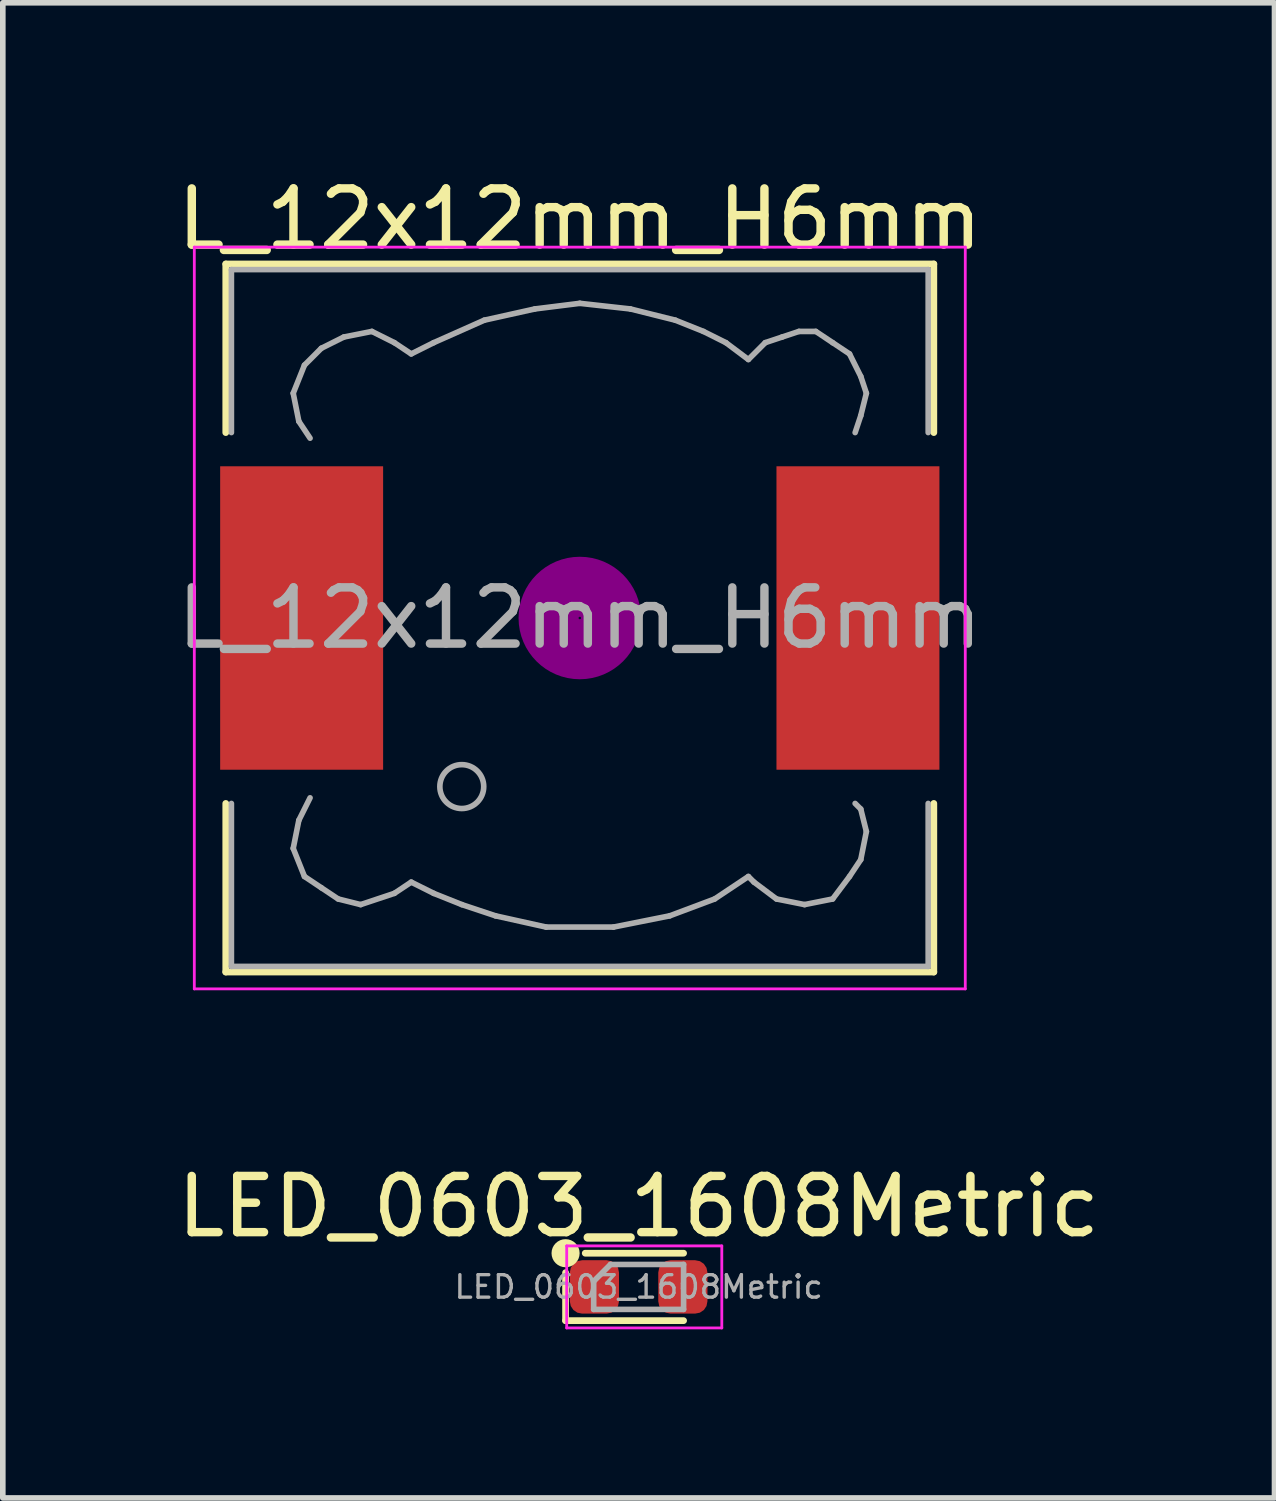
<source format=kicad_pcb>
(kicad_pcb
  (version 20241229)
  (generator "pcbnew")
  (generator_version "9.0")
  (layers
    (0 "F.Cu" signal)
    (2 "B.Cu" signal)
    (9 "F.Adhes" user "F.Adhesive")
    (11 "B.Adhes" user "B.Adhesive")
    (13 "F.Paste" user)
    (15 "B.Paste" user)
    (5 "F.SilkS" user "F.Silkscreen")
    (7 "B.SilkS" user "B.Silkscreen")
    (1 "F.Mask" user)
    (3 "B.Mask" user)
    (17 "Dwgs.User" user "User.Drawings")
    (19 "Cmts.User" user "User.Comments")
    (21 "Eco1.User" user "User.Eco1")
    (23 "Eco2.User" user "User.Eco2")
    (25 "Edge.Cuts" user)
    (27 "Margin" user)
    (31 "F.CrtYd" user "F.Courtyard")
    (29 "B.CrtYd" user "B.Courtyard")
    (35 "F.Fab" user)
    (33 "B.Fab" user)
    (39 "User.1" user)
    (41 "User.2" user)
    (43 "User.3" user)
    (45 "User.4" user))
  (footprint "L_12x12mm_H6mm"
    (layer "F.Cu")
    (at 7.268 7.948)
    (property "Reference" "L_12x12mm_H6mm" (at 0 -7.1 0) (layer "F.SilkS") (effects (font (size 1 1) (thickness 0.15))))
    (attr smd)
    (fp_line (start -6.3 -6.3) (end 6.3 -6.3) (stroke (width 0.12) (type solid)) (layer "F.SilkS"))
    (fp_line (start -6.3 -3.3) (end -6.3 -6.3) (stroke (width 0.12) (type solid)) (layer "F.SilkS"))
    (fp_line (start -6.3 6.3) (end -6.3 3.3) (stroke (width 0.12) (type solid)) (layer "F.SilkS"))
    (fp_line (start 6.3 -6.3) (end 6.3 -3.3) (stroke (width 0.12) (type solid)) (layer "F.SilkS"))
    (fp_line (start 6.3 3.3) (end 6.3 6.3) (stroke (width 0.12) (type solid)) (layer "F.SilkS"))
    (fp_line (start 6.3 6.3) (end -6.3 6.3) (stroke (width 0.12) (type solid)) (layer "F.SilkS"))
    (fp_circle (center 0 0) (end 0.15 0.15) (stroke (width 0.38) (type solid)) (fill no) (layer "F.Adhes"))
    (fp_circle (center 0 0) (end 0.55 0) (stroke (width 0.38) (type solid)) (fill no) (layer "F.Adhes"))
    (fp_circle (center 0 0) (end 0.9 0) (stroke (width 0.38) (type solid)) (fill no) (layer "F.Adhes"))
    (fp_line (start -6.86 -6.6) (end 6.86 -6.6) (stroke (width 0.05) (type solid)) (layer "F.CrtYd"))
    (fp_line (start -6.86 6.6) (end -6.86 -6.6) (stroke (width 0.05) (type solid)) (layer "F.CrtYd"))
    (fp_line (start 6.86 -6.6) (end 6.86 6.6) (stroke (width 0.05) (type solid)) (layer "F.CrtYd"))
    (fp_line (start 6.86 6.6) (end -6.86 6.6) (stroke (width 0.05) (type solid)) (layer "F.CrtYd"))
    (fp_line (start -6.2 -6.2) (end -6.2 -3.3) (stroke (width 0.1) (type solid)) (layer "F.Fab"))
    (fp_line (start -6.2 3.3) (end -6.2 6.2) (stroke (width 0.1) (type solid)) (layer "F.Fab"))
    (fp_line (start -6.2 6.2) (end 6.2 6.2) (stroke (width 0.1) (type solid)) (layer "F.Fab"))
    (fp_line (start -5.1 -4) (end -5 -3.5) (stroke (width 0.1) (type solid)) (layer "F.Fab"))
    (fp_line (start -5.1 4.1) (end -5 3.6) (stroke (width 0.1) (type solid)) (layer "F.Fab"))
    (fp_line (start -5 -3.5) (end -4.8 -3.2) (stroke (width 0.1) (type solid)) (layer "F.Fab"))
    (fp_line (start -5 3.6) (end -4.8 3.2) (stroke (width 0.1) (type solid)) (layer "F.Fab"))
    (fp_line (start -4.9 -4.5) (end -5.1 -4) (stroke (width 0.1) (type solid)) (layer "F.Fab"))
    (fp_line (start -4.9 4.6) (end -5.1 4.1) (stroke (width 0.1) (type solid)) (layer "F.Fab"))
    (fp_line (start -4.6 -4.8) (end -4.9 -4.5) (stroke (width 0.1) (type solid)) (layer "F.Fab"))
    (fp_line (start -4.6 4.8) (end -4.9 4.6) (stroke (width 0.1) (type solid)) (layer "F.Fab"))
    (fp_line (start -4.3 5) (end -4.6 4.8) (stroke (width 0.1) (type solid)) (layer "F.Fab"))
    (fp_line (start -4.2 -5) (end -4.6 -4.8) (stroke (width 0.1) (type solid)) (layer "F.Fab"))
    (fp_line (start -3.9 5.1) (end -4.3 5) (stroke (width 0.1) (type solid)) (layer "F.Fab"))
    (fp_line (start -3.7 -5.1) (end -4.2 -5) (stroke (width 0.1) (type solid)) (layer "F.Fab"))
    (fp_line (start -3.3 -4.9) (end -3.7 -5.1) (stroke (width 0.1) (type solid)) (layer "F.Fab"))
    (fp_line (start -3.3 4.9) (end -3.9 5.1) (stroke (width 0.1) (type solid)) (layer "F.Fab"))
    (fp_line (start -3 -4.7) (end -3.3 -4.9) (stroke (width 0.1) (type solid)) (layer "F.Fab"))
    (fp_line (start -3 4.7) (end -3.3 4.9) (stroke (width 0.1) (type solid)) (layer "F.Fab"))
    (fp_line (start -2.6 -4.9) (end -3 -4.7) (stroke (width 0.1) (type solid)) (layer "F.Fab"))
    (fp_line (start -2.6 4.9) (end -3 4.7) (stroke (width 0.1) (type solid)) (layer "F.Fab"))
    (fp_line (start -2.1 5.1) (end -2.6 4.9) (stroke (width 0.1) (type solid)) (layer "F.Fab"))
    (fp_line (start -1.7 -5.3) (end -2.6 -4.9) (stroke (width 0.1) (type solid)) (layer "F.Fab"))
    (fp_line (start -1.5 5.3) (end -2.1 5.1) (stroke (width 0.1) (type solid)) (layer "F.Fab"))
    (fp_line (start -0.8 -5.5) (end -1.7 -5.3) (stroke (width 0.1) (type solid)) (layer "F.Fab"))
    (fp_line (start -0.6 5.5) (end -1.5 5.3) (stroke (width 0.1) (type solid)) (layer "F.Fab"))
    (fp_line (start 0 -5.6) (end -0.8 -5.5) (stroke (width 0.1) (type solid)) (layer "F.Fab"))
    (fp_line (start 0.6 5.5) (end -0.6 5.5) (stroke (width 0.1) (type solid)) (layer "F.Fab"))
    (fp_line (start 0.9 -5.5) (end 0 -5.6) (stroke (width 0.1) (type solid)) (layer "F.Fab"))
    (fp_line (start 1.6 5.3) (end 0.6 5.5) (stroke (width 0.1) (type solid)) (layer "F.Fab"))
    (fp_line (start 1.7 -5.3) (end 0.9 -5.5) (stroke (width 0.1) (type solid)) (layer "F.Fab"))
    (fp_line (start 2.2 -5.1) (end 1.7 -5.3) (stroke (width 0.1) (type solid)) (layer "F.Fab"))
    (fp_line (start 2.4 5) (end 1.6 5.3) (stroke (width 0.1) (type solid)) (layer "F.Fab"))
    (fp_line (start 2.6 -4.9) (end 2.2 -5.1) (stroke (width 0.1) (type solid)) (layer "F.Fab"))
    (fp_line (start 3 -4.6) (end 2.6 -4.9) (stroke (width 0.1) (type solid)) (layer "F.Fab"))
    (fp_line (start 3 4.6) (end 2.4 5) (stroke (width 0.1) (type solid)) (layer "F.Fab"))
    (fp_line (start 3.1 4.7) (end 3 4.6) (stroke (width 0.1) (type solid)) (layer "F.Fab"))
    (fp_line (start 3.3 -4.9) (end 3 -4.6) (stroke (width 0.1) (type solid)) (layer "F.Fab"))
    (fp_line (start 3.5 5) (end 3.1 4.7) (stroke (width 0.1) (type solid)) (layer "F.Fab"))
    (fp_line (start 3.6 -5) (end 3.3 -4.9) (stroke (width 0.1) (type solid)) (layer "F.Fab"))
    (fp_line (start 3.9 -5.1) (end 3.6 -5) (stroke (width 0.1) (type solid)) (layer "F.Fab"))
    (fp_line (start 4 5.1) (end 3.5 5) (stroke (width 0.1) (type solid)) (layer "F.Fab"))
    (fp_line (start 4.2 -5.1) (end 3.9 -5.1) (stroke (width 0.1) (type solid)) (layer "F.Fab"))
    (fp_line (start 4.5 -4.9) (end 4.2 -5.1) (stroke (width 0.1) (type solid)) (layer "F.Fab"))
    (fp_line (start 4.5 5) (end 4 5.1) (stroke (width 0.1) (type solid)) (layer "F.Fab"))
    (fp_line (start 4.8 -4.7) (end 4.5 -4.9) (stroke (width 0.1) (type solid)) (layer "F.Fab"))
    (fp_line (start 4.8 4.6) (end 4.5 5) (stroke (width 0.1) (type solid)) (layer "F.Fab"))
    (fp_line (start 4.9 -3.3) (end 5 -3.6) (stroke (width 0.1) (type solid)) (layer "F.Fab"))
    (fp_line (start 4.9 3.3) (end 5 3.4) (stroke (width 0.1) (type solid)) (layer "F.Fab"))
    (fp_line (start 5 -4.3) (end 4.8 -4.7) (stroke (width 0.1) (type solid)) (layer "F.Fab"))
    (fp_line (start 5 -3.6) (end 5.1 -4) (stroke (width 0.1) (type solid)) (layer "F.Fab"))
    (fp_line (start 5 3.4) (end 5.1 3.8) (stroke (width 0.1) (type solid)) (layer "F.Fab"))
    (fp_line (start 5 4.3) (end 4.8 4.6) (stroke (width 0.1) (type solid)) (layer "F.Fab"))
    (fp_line (start 5.1 -4) (end 5 -4.3) (stroke (width 0.1) (type solid)) (layer "F.Fab"))
    (fp_line (start 5.1 3.8) (end 5 4.3) (stroke (width 0.1) (type solid)) (layer "F.Fab"))
    (fp_line (start 6.2 -6.2) (end -6.2 -6.2) (stroke (width 0.1) (type solid)) (layer "F.Fab"))
    (fp_line (start 6.2 -6.2) (end 6.2 -3.3) (stroke (width 0.1) (type solid)) (layer "F.Fab"))
    (fp_line (start 6.2 6.2) (end 6.2 3.3) (stroke (width 0.1) (type solid)) (layer "F.Fab"))
    (fp_circle (center -2.1 3) (end -1.8 3.25) (stroke (width 0.1) (type solid)) (fill no) (layer "F.Fab"))
    (fp_text user "${REFERENCE}" (at 0 0 0) (layer "F.Fab") (effects (font (size 1 1) (thickness 0.15))))
    (pad "1" smd rect (at -4.95 0) (size 2.9 5.4) (layers "F.Cu" "F.Mask" "F.Paste"))
    (pad "2" smd rect (at 4.95 0) (size 2.9 5.4) (layers "F.Cu" "F.Mask" "F.Paste")))
  (footprint "LED_0603_1608Metric"
    (layer "F.Cu")
    (at 8.315 19.852)
    (property "Reference" "LED_0603_1608Metric" (at 0 -1.43 0) (layer "F.SilkS") (effects (font (size 1 1) (thickness 0.15))))
    (attr smd)
    (fp_line (start -1.3 -0.254) (end -1.3 0.6) (stroke (width 0.12) (type solid)) (layer "F.SilkS"))
    (fp_line (start -1.3 0.6) (end 0.8 0.6) (stroke (width 0.12) (type solid)) (layer "F.SilkS"))
    (fp_line (start 0.8 -0.6) (end -0.95 -0.6) (stroke (width 0.12) (type solid)) (layer "F.SilkS"))
    (fp_circle (center -1.3 -0.6) (end -1.1 -0.6) (stroke (width 0.1) (type solid)) (fill yes) (layer "F.SilkS"))
    (fp_line (start -1.28 -0.73) (end 1.48 -0.73) (stroke (width 0.05) (type solid)) (layer "F.CrtYd"))
    (fp_line (start -1.28 0.73) (end -1.28 -0.73) (stroke (width 0.05) (type solid)) (layer "F.CrtYd"))
    (fp_line (start 1.48 -0.73) (end 1.48 0.73) (stroke (width 0.05) (type solid)) (layer "F.CrtYd"))
    (fp_line (start 1.48 0.73) (end -1.28 0.73) (stroke (width 0.05) (type solid)) (layer "F.CrtYd"))
    (fp_line (start -0.8 -0.1) (end -0.8 0.4) (stroke (width 0.1) (type solid)) (layer "F.Fab"))
    (fp_line (start -0.8 0.4) (end 0.8 0.4) (stroke (width 0.1) (type solid)) (layer "F.Fab"))
    (fp_line (start -0.5 -0.4) (end -0.8 -0.1) (stroke (width 0.1) (type solid)) (layer "F.Fab"))
    (fp_line (start 0.8 -0.4) (end -0.5 -0.4) (stroke (width 0.1) (type solid)) (layer "F.Fab"))
    (fp_line (start 0.8 0.4) (end 0.8 -0.4) (stroke (width 0.1) (type solid)) (layer "F.Fab"))
    (fp_text user "${REFERENCE}" (at 0 0 0) (layer "F.Fab") (effects (font (size 0.4 0.4) (thickness 0.06))))
    (pad "1" smd roundrect (at -0.787 0) (size 0.875 0.95) (layers "F.Cu" "F.Mask" "F.Paste") (roundrect_rratio 0.25))
    (pad "2" smd roundrect (at 0.787 0) (size 0.875 0.95) (layers "F.Cu" "F.Mask" "F.Paste") (roundrect_rratio 0.25)))
  (gr_rect
    (start -3 -3)
    (end 19.631 23.607)
    (stroke (width 0.1) (type default))
    (fill no)
    (layer "Edge.Cuts")))
</source>
